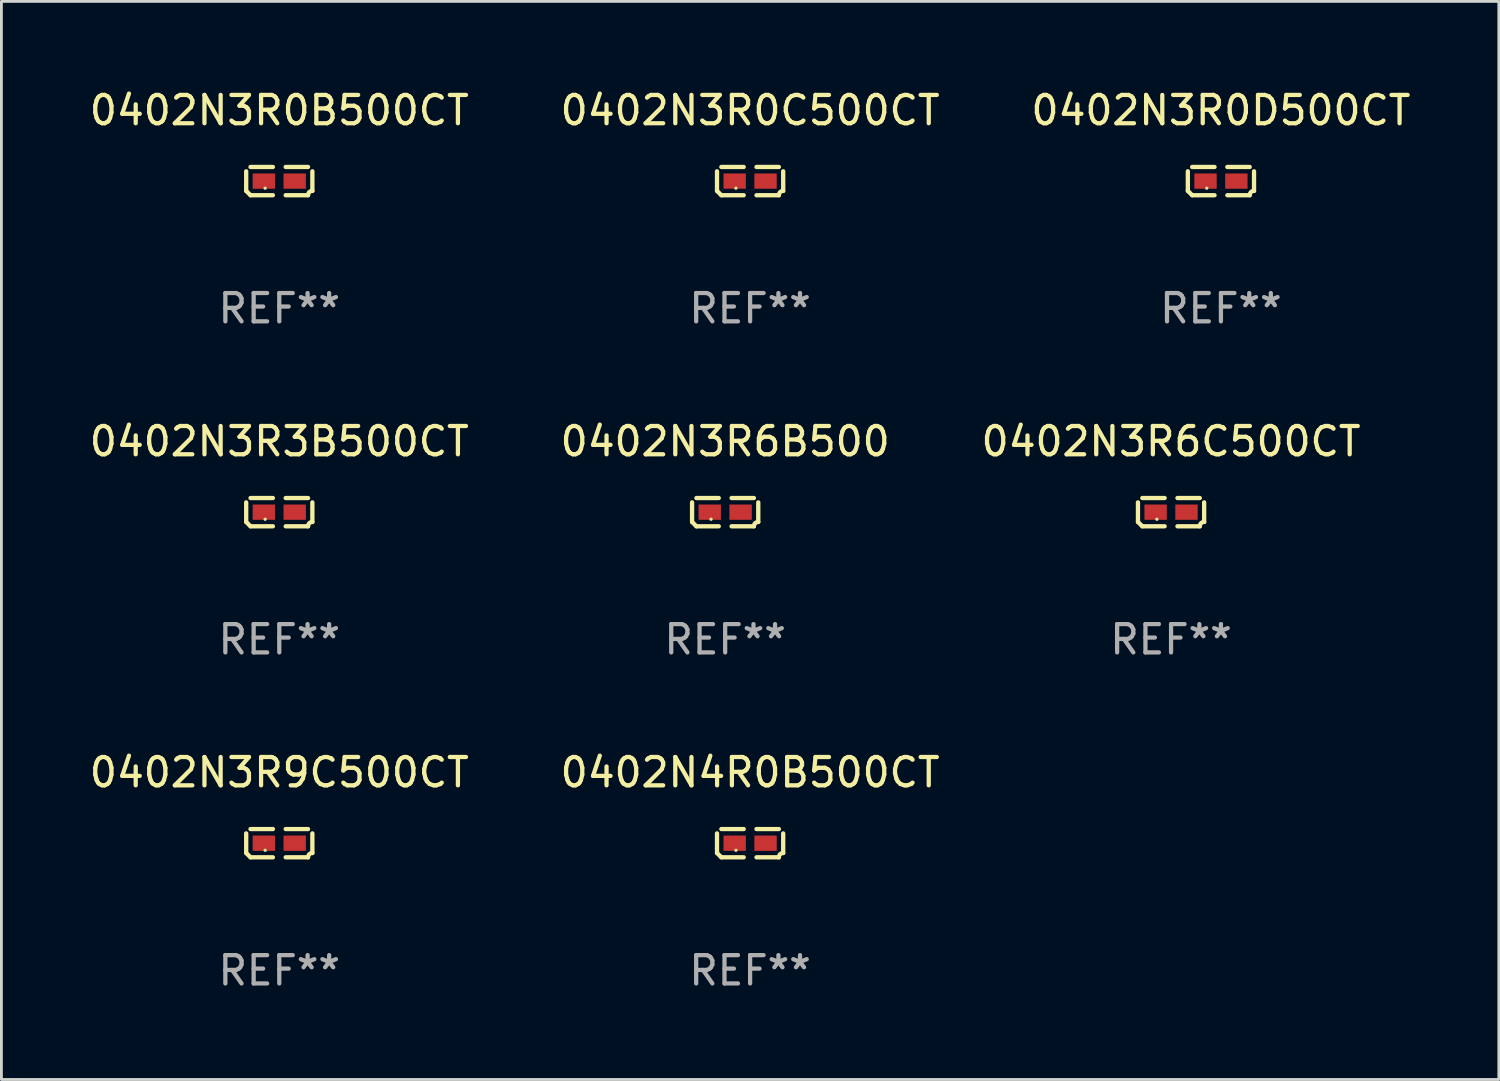
<source format=kicad_pcb>
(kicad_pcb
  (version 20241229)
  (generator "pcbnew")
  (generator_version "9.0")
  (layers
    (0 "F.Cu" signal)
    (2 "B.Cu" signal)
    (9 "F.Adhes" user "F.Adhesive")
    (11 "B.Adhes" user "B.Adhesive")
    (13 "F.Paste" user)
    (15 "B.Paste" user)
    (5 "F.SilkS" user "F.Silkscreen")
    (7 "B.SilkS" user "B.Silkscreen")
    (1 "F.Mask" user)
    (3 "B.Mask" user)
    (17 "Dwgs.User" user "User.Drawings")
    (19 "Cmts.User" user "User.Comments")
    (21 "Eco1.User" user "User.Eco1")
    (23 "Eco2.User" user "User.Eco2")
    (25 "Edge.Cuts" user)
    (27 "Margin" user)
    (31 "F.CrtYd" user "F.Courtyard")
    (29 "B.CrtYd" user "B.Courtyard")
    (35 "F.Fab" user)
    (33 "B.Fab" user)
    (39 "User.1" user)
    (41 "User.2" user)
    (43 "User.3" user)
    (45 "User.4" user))
  (footprint "0402N3R6B500"
    (layer "F.Cu")
    (at 22.565 15.041)
    (property "Reference" "0402N3R6B500" (at 0 -2.499 0) (layer "F.SilkS") (effects (font (size 1 1) (thickness 0.15))))
    (attr through_hole)
    (fp_line (start -1.169 0.346) (end -1.169 -0.346) (stroke (width 0.152) (type solid)) (layer "F.SilkS"))
    (fp_line (start -1.016 -0.499) (end -0.226 -0.499) (stroke (width 0.152) (type solid)) (layer "F.SilkS"))
    (fp_line (start -0.226 0.499) (end -1.016 0.499) (stroke (width 0.152) (type solid)) (layer "F.SilkS"))
    (fp_line (start 0.226 0.499) (end 1.016 0.499) (stroke (width 0.152) (type solid)) (layer "F.SilkS"))
    (fp_line (start 1.016 -0.499) (end 0.226 -0.499) (stroke (width 0.152) (type solid)) (layer "F.SilkS"))
    (fp_line (start 1.169 0.346) (end 1.169 -0.346) (stroke (width 0.152) (type solid)) (layer "F.SilkS"))
    (fp_arc (start -1.016307 0.498603) (mid -1.092512 0.422405) (end -1.16871 0.3462) (stroke (width 0.1524) (type solid)) (layer "F.SilkS"))
    (fp_arc (start 1.016307 0.498603) (mid 1.060899 0.390758) (end 1.168707 0.346076) (stroke (width 0.1524) (type solid)) (layer "F.SilkS"))
    (fp_circle (center -0.5 0.25) (end -0.47 0.25) (stroke (width 0.06) (type solid)) (fill no) (layer "F.SilkS"))
    (fp_text user "REF**" (at 0 4.499 0) (layer "F.Fab") (effects (font (size 1 1) (thickness 0.15))))
    (pad "1" smd rect (at -0.545 0) (size 0.79 0.54) (layers "F.Cu" "F.Mask" "F.Paste"))
    (pad "2" smd rect (at 0.545 0) (size 0.79 0.54) (layers "F.Cu" "F.Mask" "F.Paste")))
  (footprint "0402N3R0B500CT"
    (layer "F.Cu")
    (at 6.815 3.347)
    (property "Reference" "0402N3R0B500CT" (at 0 -2.499 0) (layer "F.SilkS") (effects (font (size 1 1) (thickness 0.15))))
    (attr through_hole)
    (fp_line (start -1.169 0.346) (end -1.169 -0.346) (stroke (width 0.152) (type solid)) (layer "F.SilkS"))
    (fp_line (start -1.016 -0.499) (end -0.226 -0.499) (stroke (width 0.152) (type solid)) (layer "F.SilkS"))
    (fp_line (start -0.226 0.499) (end -1.016 0.499) (stroke (width 0.152) (type solid)) (layer "F.SilkS"))
    (fp_line (start 0.226 0.499) (end 1.016 0.499) (stroke (width 0.152) (type solid)) (layer "F.SilkS"))
    (fp_line (start 1.016 -0.499) (end 0.226 -0.499) (stroke (width 0.152) (type solid)) (layer "F.SilkS"))
    (fp_line (start 1.169 0.346) (end 1.169 -0.346) (stroke (width 0.152) (type solid)) (layer "F.SilkS"))
    (fp_arc (start -1.016307 0.498603) (mid -1.092512 0.422405) (end -1.16871 0.3462) (stroke (width 0.1524) (type solid)) (layer "F.SilkS"))
    (fp_arc (start 1.016307 0.498603) (mid 1.060899 0.390758) (end 1.168707 0.346076) (stroke (width 0.1524) (type solid)) (layer "F.SilkS"))
    (fp_circle (center -0.5 0.25) (end -0.47 0.25) (stroke (width 0.06) (type solid)) (fill no) (layer "F.SilkS"))
    (fp_text user "REF**" (at 0 4.499 0) (layer "F.Fab") (effects (font (size 1 1) (thickness 0.15))))
    (pad "1" smd rect (at -0.545 0) (size 0.79 0.54) (layers "F.Cu" "F.Mask" "F.Paste"))
    (pad "2" smd rect (at 0.545 0) (size 0.79 0.54) (layers "F.Cu" "F.Mask" "F.Paste")))
  (footprint "0402N3R0C500CT"
    (layer "F.Cu")
    (at 23.446 3.347)
    (property "Reference" "0402N3R0C500CT" (at 0 -2.499 0) (layer "F.SilkS") (effects (font (size 1 1) (thickness 0.15))))
    (attr through_hole)
    (fp_line (start -1.169 0.346) (end -1.169 -0.346) (stroke (width 0.152) (type solid)) (layer "F.SilkS"))
    (fp_line (start -1.016 -0.499) (end -0.226 -0.499) (stroke (width 0.152) (type solid)) (layer "F.SilkS"))
    (fp_line (start -0.226 0.499) (end -1.016 0.499) (stroke (width 0.152) (type solid)) (layer "F.SilkS"))
    (fp_line (start 0.226 0.499) (end 1.016 0.499) (stroke (width 0.152) (type solid)) (layer "F.SilkS"))
    (fp_line (start 1.016 -0.499) (end 0.226 -0.499) (stroke (width 0.152) (type solid)) (layer "F.SilkS"))
    (fp_line (start 1.169 0.346) (end 1.169 -0.346) (stroke (width 0.152) (type solid)) (layer "F.SilkS"))
    (fp_arc (start -1.016307 0.498603) (mid -1.092512 0.422405) (end -1.16871 0.3462) (stroke (width 0.1524) (type solid)) (layer "F.SilkS"))
    (fp_arc (start 1.016307 0.498603) (mid 1.060899 0.390758) (end 1.168707 0.346076) (stroke (width 0.1524) (type solid)) (layer "F.SilkS"))
    (fp_circle (center -0.5 0.25) (end -0.47 0.25) (stroke (width 0.06) (type solid)) (fill no) (layer "F.SilkS"))
    (fp_text user "REF**" (at 0 4.499 0) (layer "F.Fab") (effects (font (size 1 1) (thickness 0.15))))
    (pad "1" smd rect (at -0.545 0) (size 0.79 0.54) (layers "F.Cu" "F.Mask" "F.Paste"))
    (pad "2" smd rect (at 0.545 0) (size 0.79 0.54) (layers "F.Cu" "F.Mask" "F.Paste")))
  (footprint "0402N3R0D500CT"
    (layer "F.Cu")
    (at 40.077 3.347)
    (property "Reference" "0402N3R0D500CT" (at 0 -2.499 0) (layer "F.SilkS") (effects (font (size 1 1) (thickness 0.15))))
    (attr through_hole)
    (fp_line (start -1.169 0.346) (end -1.169 -0.346) (stroke (width 0.152) (type solid)) (layer "F.SilkS"))
    (fp_line (start -1.016 -0.499) (end -0.226 -0.499) (stroke (width 0.152) (type solid)) (layer "F.SilkS"))
    (fp_line (start -0.226 0.499) (end -1.016 0.499) (stroke (width 0.152) (type solid)) (layer "F.SilkS"))
    (fp_line (start 0.226 0.499) (end 1.016 0.499) (stroke (width 0.152) (type solid)) (layer "F.SilkS"))
    (fp_line (start 1.016 -0.499) (end 0.226 -0.499) (stroke (width 0.152) (type solid)) (layer "F.SilkS"))
    (fp_line (start 1.169 0.346) (end 1.169 -0.346) (stroke (width 0.152) (type solid)) (layer "F.SilkS"))
    (fp_arc (start -1.016307 0.498603) (mid -1.092512 0.422405) (end -1.16871 0.3462) (stroke (width 0.1524) (type solid)) (layer "F.SilkS"))
    (fp_arc (start 1.016307 0.498603) (mid 1.060899 0.390758) (end 1.168707 0.346076) (stroke (width 0.1524) (type solid)) (layer "F.SilkS"))
    (fp_circle (center -0.5 0.25) (end -0.47 0.25) (stroke (width 0.06) (type solid)) (fill no) (layer "F.SilkS"))
    (fp_text user "REF**" (at 0 4.499 0) (layer "F.Fab") (effects (font (size 1 1) (thickness 0.15))))
    (pad "1" smd rect (at -0.545 0) (size 0.79 0.54) (layers "F.Cu" "F.Mask" "F.Paste"))
    (pad "2" smd rect (at 0.545 0) (size 0.79 0.54) (layers "F.Cu" "F.Mask" "F.Paste")))
  (footprint "0402N3R6C500CT"
    (layer "F.Cu")
    (at 38.315 15.041)
    (property "Reference" "0402N3R6C500CT" (at 0 -2.499 0) (layer "F.SilkS") (effects (font (size 1 1) (thickness 0.15))))
    (attr through_hole)
    (fp_line (start -1.169 0.346) (end -1.169 -0.346) (stroke (width 0.152) (type solid)) (layer "F.SilkS"))
    (fp_line (start -1.016 -0.499) (end -0.226 -0.499) (stroke (width 0.152) (type solid)) (layer "F.SilkS"))
    (fp_line (start -0.226 0.499) (end -1.016 0.499) (stroke (width 0.152) (type solid)) (layer "F.SilkS"))
    (fp_line (start 0.226 0.499) (end 1.016 0.499) (stroke (width 0.152) (type solid)) (layer "F.SilkS"))
    (fp_line (start 1.016 -0.499) (end 0.226 -0.499) (stroke (width 0.152) (type solid)) (layer "F.SilkS"))
    (fp_line (start 1.169 0.346) (end 1.169 -0.346) (stroke (width 0.152) (type solid)) (layer "F.SilkS"))
    (fp_arc (start -1.016307 0.498603) (mid -1.092512 0.422405) (end -1.16871 0.3462) (stroke (width 0.1524) (type solid)) (layer "F.SilkS"))
    (fp_arc (start 1.016307 0.498603) (mid 1.060899 0.390758) (end 1.168707 0.346076) (stroke (width 0.1524) (type solid)) (layer "F.SilkS"))
    (fp_circle (center -0.5 0.25) (end -0.47 0.25) (stroke (width 0.06) (type solid)) (fill no) (layer "F.SilkS"))
    (fp_text user "REF**" (at 0 4.499 0) (layer "F.Fab") (effects (font (size 1 1) (thickness 0.15))))
    (pad "1" smd rect (at -0.545 0) (size 0.79 0.54) (layers "F.Cu" "F.Mask" "F.Paste"))
    (pad "2" smd rect (at 0.545 0) (size 0.79 0.54) (layers "F.Cu" "F.Mask" "F.Paste")))
  (footprint "0402N3R9C500CT"
    (layer "F.Cu")
    (at 6.815 26.734)
    (property "Reference" "0402N3R9C500CT" (at 0 -2.499 0) (layer "F.SilkS") (effects (font (size 1 1) (thickness 0.15))))
    (attr through_hole)
    (fp_line (start -1.169 0.346) (end -1.169 -0.346) (stroke (width 0.152) (type solid)) (layer "F.SilkS"))
    (fp_line (start -1.016 -0.499) (end -0.226 -0.499) (stroke (width 0.152) (type solid)) (layer "F.SilkS"))
    (fp_line (start -0.226 0.499) (end -1.016 0.499) (stroke (width 0.152) (type solid)) (layer "F.SilkS"))
    (fp_line (start 0.226 0.499) (end 1.016 0.499) (stroke (width 0.152) (type solid)) (layer "F.SilkS"))
    (fp_line (start 1.016 -0.499) (end 0.226 -0.499) (stroke (width 0.152) (type solid)) (layer "F.SilkS"))
    (fp_line (start 1.169 0.346) (end 1.169 -0.346) (stroke (width 0.152) (type solid)) (layer "F.SilkS"))
    (fp_arc (start -1.016307 0.498603) (mid -1.092512 0.422405) (end -1.16871 0.3462) (stroke (width 0.1524) (type solid)) (layer "F.SilkS"))
    (fp_arc (start 1.016307 0.498603) (mid 1.060899 0.390758) (end 1.168707 0.346076) (stroke (width 0.1524) (type solid)) (layer "F.SilkS"))
    (fp_circle (center -0.5 0.25) (end -0.47 0.25) (stroke (width 0.06) (type solid)) (fill no) (layer "F.SilkS"))
    (fp_text user "REF**" (at 0 4.499 0) (layer "F.Fab") (effects (font (size 1 1) (thickness 0.15))))
    (pad "1" smd rect (at -0.545 0) (size 0.79 0.54) (layers "F.Cu" "F.Mask" "F.Paste"))
    (pad "2" smd rect (at 0.545 0) (size 0.79 0.54) (layers "F.Cu" "F.Mask" "F.Paste")))
  (footprint "0402N3R3B500CT"
    (layer "F.Cu")
    (at 6.815 15.041)
    (property "Reference" "0402N3R3B500CT" (at 0 -2.499 0) (layer "F.SilkS") (effects (font (size 1 1) (thickness 0.15))))
    (attr through_hole)
    (fp_line (start -1.169 0.346) (end -1.169 -0.346) (stroke (width 0.152) (type solid)) (layer "F.SilkS"))
    (fp_line (start -1.016 -0.499) (end -0.226 -0.499) (stroke (width 0.152) (type solid)) (layer "F.SilkS"))
    (fp_line (start -0.226 0.499) (end -1.016 0.499) (stroke (width 0.152) (type solid)) (layer "F.SilkS"))
    (fp_line (start 0.226 0.499) (end 1.016 0.499) (stroke (width 0.152) (type solid)) (layer "F.SilkS"))
    (fp_line (start 1.016 -0.499) (end 0.226 -0.499) (stroke (width 0.152) (type solid)) (layer "F.SilkS"))
    (fp_line (start 1.169 0.346) (end 1.169 -0.346) (stroke (width 0.152) (type solid)) (layer "F.SilkS"))
    (fp_arc (start -1.016307 0.498603) (mid -1.092512 0.422405) (end -1.16871 0.3462) (stroke (width 0.1524) (type solid)) (layer "F.SilkS"))
    (fp_arc (start 1.016307 0.498603) (mid 1.060899 0.390758) (end 1.168707 0.346076) (stroke (width 0.1524) (type solid)) (layer "F.SilkS"))
    (fp_circle (center -0.5 0.25) (end -0.47 0.25) (stroke (width 0.06) (type solid)) (fill no) (layer "F.SilkS"))
    (fp_text user "REF**" (at 0 4.499 0) (layer "F.Fab") (effects (font (size 1 1) (thickness 0.15))))
    (pad "1" smd rect (at -0.545 0) (size 0.79 0.54) (layers "F.Cu" "F.Mask" "F.Paste"))
    (pad "2" smd rect (at 0.545 0) (size 0.79 0.54) (layers "F.Cu" "F.Mask" "F.Paste")))
  (footprint "0402N4R0B500CT"
    (layer "F.Cu")
    (at 23.446 26.734)
    (property "Reference" "0402N4R0B500CT" (at 0 -2.499 0) (layer "F.SilkS") (effects (font (size 1 1) (thickness 0.15))))
    (attr through_hole)
    (fp_line (start -1.169 0.346) (end -1.169 -0.346) (stroke (width 0.152) (type solid)) (layer "F.SilkS"))
    (fp_line (start -1.016 -0.499) (end -0.226 -0.499) (stroke (width 0.152) (type solid)) (layer "F.SilkS"))
    (fp_line (start -0.226 0.499) (end -1.016 0.499) (stroke (width 0.152) (type solid)) (layer "F.SilkS"))
    (fp_line (start 0.226 0.499) (end 1.016 0.499) (stroke (width 0.152) (type solid)) (layer "F.SilkS"))
    (fp_line (start 1.016 -0.499) (end 0.226 -0.499) (stroke (width 0.152) (type solid)) (layer "F.SilkS"))
    (fp_line (start 1.169 0.346) (end 1.169 -0.346) (stroke (width 0.152) (type solid)) (layer "F.SilkS"))
    (fp_arc (start -1.016307 0.498603) (mid -1.092512 0.422405) (end -1.16871 0.3462) (stroke (width 0.1524) (type solid)) (layer "F.SilkS"))
    (fp_arc (start 1.016307 0.498603) (mid 1.060899 0.390758) (end 1.168707 0.346076) (stroke (width 0.1524) (type solid)) (layer "F.SilkS"))
    (fp_circle (center -0.5 0.25) (end -0.47 0.25) (stroke (width 0.06) (type solid)) (fill no) (layer "F.SilkS"))
    (fp_text user "REF**" (at 0 4.499 0) (layer "F.Fab") (effects (font (size 1 1) (thickness 0.15))))
    (pad "1" smd rect (at -0.545 0) (size 0.79 0.54) (layers "F.Cu" "F.Mask" "F.Paste"))
    (pad "2" smd rect (at 0.545 0) (size 0.79 0.54) (layers "F.Cu" "F.Mask" "F.Paste")))
  (gr_rect
    (start -3 -3)
    (end 49.893 35.081)
    (stroke (width 0.1) (type default))
    (fill no)
    (layer "Edge.Cuts")))
</source>
